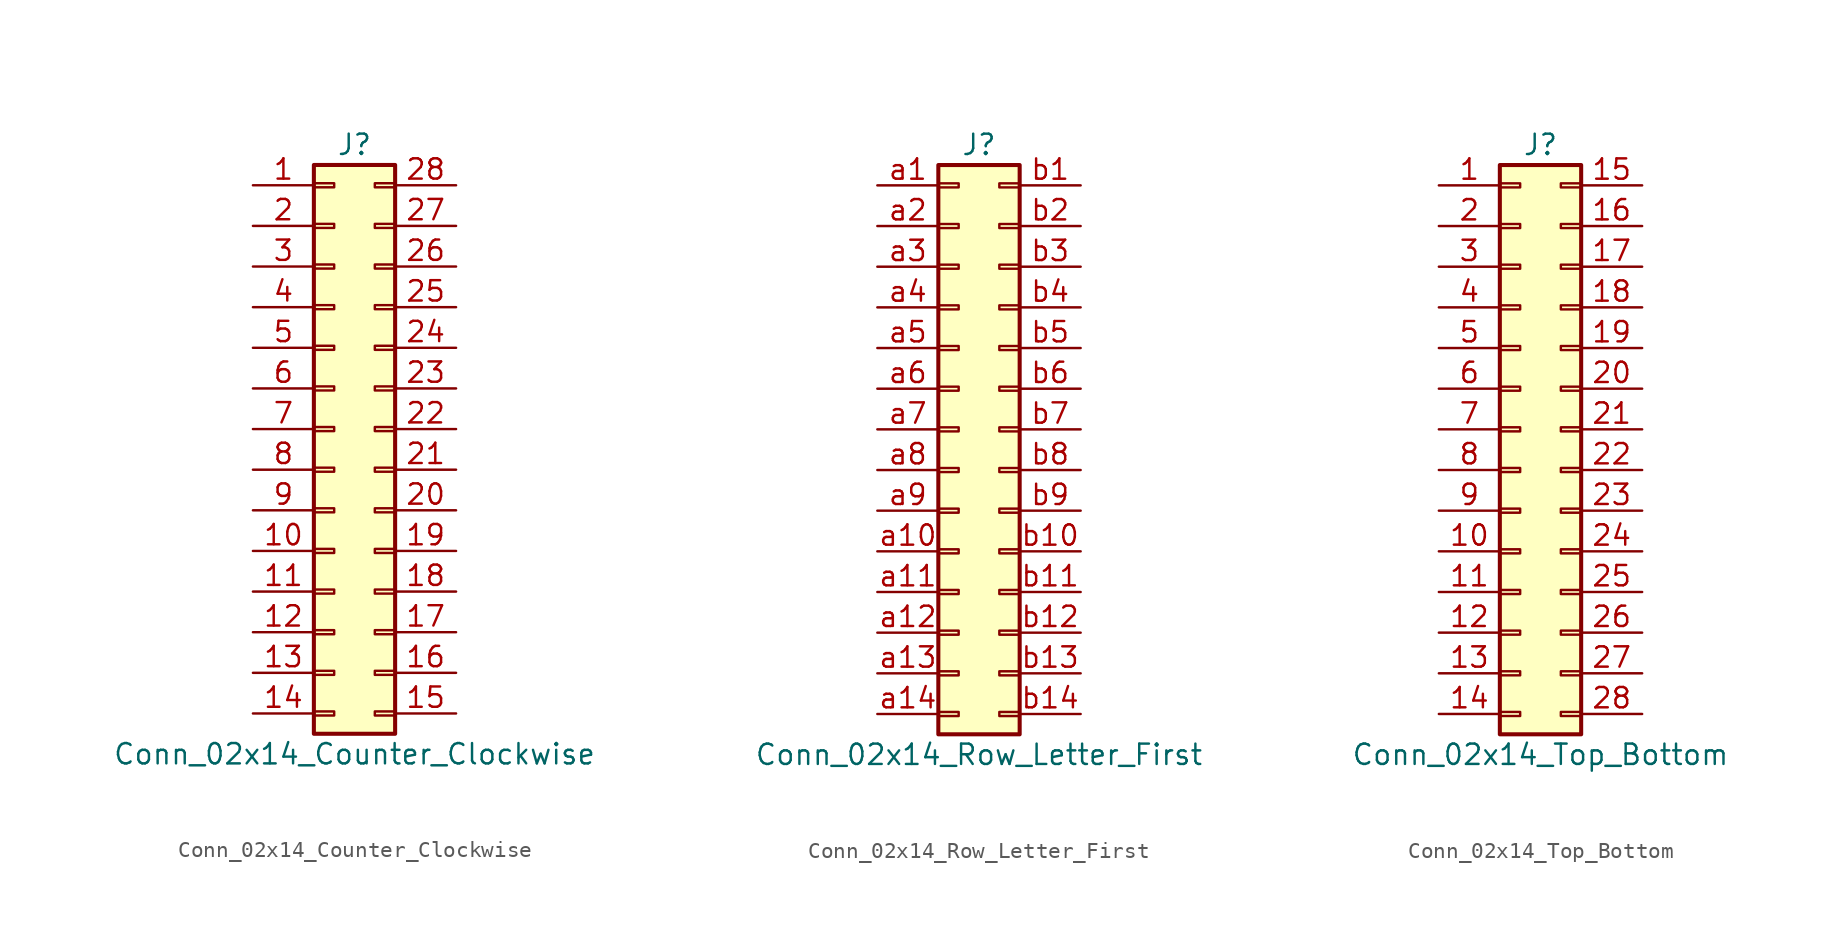
<source format=kicad_sym>
(kicad_symbol_lib
  (version 20211014)
  (generator kicad_symbol_editor)
  (symbol "Conn_02x14_Counter_Clockwise"
    (pin_names
      (offset 1.016) hide)
    (property "Reference" "J"
      (at 1.27 17.78 0)
      (effects (font (size 1.27 1.27))))
    (property "Value" "Conn_02x14_Counter_Clockwise"
      (at 1.27 -20.32 0)
      (effects (font (size 1.27 1.27))))
    (symbol "Conn_02x14_Counter_Clockwise_1_1"
      (rectangle (start -1.27 -17.653) (end 0 -17.907) (stroke (width 0.152) (type default) (color 0 0 0 0)) (fill (type none)))
      (rectangle (start -1.27 -15.113) (end 0 -15.367) (stroke (width 0.152) (type default) (color 0 0 0 0)) (fill (type none)))
      (rectangle (start -1.27 -12.573) (end 0 -12.827) (stroke (width 0.152) (type default) (color 0 0 0 0)) (fill (type none)))
      (rectangle (start -1.27 -10.033) (end 0 -10.287) (stroke (width 0.152) (type default) (color 0 0 0 0)) (fill (type none)))
      (rectangle (start -1.27 -7.493) (end 0 -7.747) (stroke (width 0.152) (type default) (color 0 0 0 0)) (fill (type none)))
      (rectangle (start -1.27 -4.953) (end 0 -5.207) (stroke (width 0.152) (type default) (color 0 0 0 0)) (fill (type none)))
      (rectangle (start -1.27 -2.413) (end 0 -2.667) (stroke (width 0.152) (type default) (color 0 0 0 0)) (fill (type none)))
      (rectangle (start -1.27 0.127) (end 0 -0.127) (stroke (width 0.152) (type default) (color 0 0 0 0)) (fill (type none)))
      (rectangle (start -1.27 2.667) (end 0 2.413) (stroke (width 0.152) (type default) (color 0 0 0 0)) (fill (type none)))
      (rectangle (start -1.27 5.207) (end 0 4.953) (stroke (width 0.152) (type default) (color 0 0 0 0)) (fill (type none)))
      (rectangle (start -1.27 7.747) (end 0 7.493) (stroke (width 0.152) (type default) (color 0 0 0 0)) (fill (type none)))
      (rectangle (start -1.27 10.287) (end 0 10.033) (stroke (width 0.152) (type default) (color 0 0 0 0)) (fill (type none)))
      (rectangle (start -1.27 12.827) (end 0 12.573) (stroke (width 0.152) (type default) (color 0 0 0 0)) (fill (type none)))
      (rectangle (start -1.27 15.367) (end 0 15.113) (stroke (width 0.152) (type default) (color 0 0 0 0)) (fill (type none)))
      (rectangle (start -1.27 16.51) (end 3.81 -19.05) (stroke (width 0.254) (type default) (color 0 0 0 0)) (fill (type background)))
      (rectangle (start 3.81 -17.653) (end 2.54 -17.907) (stroke (width 0.152) (type default) (color 0 0 0 0)) (fill (type none)))
      (rectangle (start 3.81 -15.113) (end 2.54 -15.367) (stroke (width 0.152) (type default) (color 0 0 0 0)) (fill (type none)))
      (rectangle (start 3.81 -12.573) (end 2.54 -12.827) (stroke (width 0.152) (type default) (color 0 0 0 0)) (fill (type none)))
      (rectangle (start 3.81 -10.033) (end 2.54 -10.287) (stroke (width 0.152) (type default) (color 0 0 0 0)) (fill (type none)))
      (rectangle (start 3.81 -7.493) (end 2.54 -7.747) (stroke (width 0.152) (type default) (color 0 0 0 0)) (fill (type none)))
      (rectangle (start 3.81 -4.953) (end 2.54 -5.207) (stroke (width 0.152) (type default) (color 0 0 0 0)) (fill (type none)))
      (rectangle (start 3.81 -2.413) (end 2.54 -2.667) (stroke (width 0.152) (type default) (color 0 0 0 0)) (fill (type none)))
      (rectangle (start 3.81 0.127) (end 2.54 -0.127) (stroke (width 0.152) (type default) (color 0 0 0 0)) (fill (type none)))
      (rectangle (start 3.81 2.667) (end 2.54 2.413) (stroke (width 0.152) (type default) (color 0 0 0 0)) (fill (type none)))
      (rectangle (start 3.81 5.207) (end 2.54 4.953) (stroke (width 0.152) (type default) (color 0 0 0 0)) (fill (type none)))
      (rectangle (start 3.81 7.747) (end 2.54 7.493) (stroke (width 0.152) (type default) (color 0 0 0 0)) (fill (type none)))
      (rectangle (start 3.81 10.287) (end 2.54 10.033) (stroke (width 0.152) (type default) (color 0 0 0 0)) (fill (type none)))
      (rectangle (start 3.81 12.827) (end 2.54 12.573) (stroke (width 0.152) (type default) (color 0 0 0 0)) (fill (type none)))
      (rectangle (start 3.81 15.367) (end 2.54 15.113) (stroke (width 0.152) (type default) (color 0 0 0 0)) (fill (type none)))
      (pin passive line (at -5.08 15.24 0) (length 3.81) (name "Pin_1" (effects (font (size 1.27 1.27)))) (number "1" (effects (font (size 1.27 1.27)))))
      (pin passive line (at -5.08 -7.62 0) (length 3.81) (name "Pin_10" (effects (font (size 1.27 1.27)))) (number "10" (effects (font (size 1.27 1.27)))))
      (pin passive line (at -5.08 -10.16 0) (length 3.81) (name "Pin_11" (effects (font (size 1.27 1.27)))) (number "11" (effects (font (size 1.27 1.27)))))
      (pin passive line (at -5.08 -12.7 0) (length 3.81) (name "Pin_12" (effects (font (size 1.27 1.27)))) (number "12" (effects (font (size 1.27 1.27)))))
      (pin passive line (at -5.08 -15.24 0) (length 3.81) (name "Pin_13" (effects (font (size 1.27 1.27)))) (number "13" (effects (font (size 1.27 1.27)))))
      (pin passive line (at -5.08 -17.78 0) (length 3.81) (name "Pin_14" (effects (font (size 1.27 1.27)))) (number "14" (effects (font (size 1.27 1.27)))))
      (pin passive line (at 7.62 -17.78 180) (length 3.81) (name "Pin_15" (effects (font (size 1.27 1.27)))) (number "15" (effects (font (size 1.27 1.27)))))
      (pin passive line (at 7.62 -15.24 180) (length 3.81) (name "Pin_16" (effects (font (size 1.27 1.27)))) (number "16" (effects (font (size 1.27 1.27)))))
      (pin passive line (at 7.62 -12.7 180) (length 3.81) (name "Pin_17" (effects (font (size 1.27 1.27)))) (number "17" (effects (font (size 1.27 1.27)))))
      (pin passive line (at 7.62 -10.16 180) (length 3.81) (name "Pin_18" (effects (font (size 1.27 1.27)))) (number "18" (effects (font (size 1.27 1.27)))))
      (pin passive line (at 7.62 -7.62 180) (length 3.81) (name "Pin_19" (effects (font (size 1.27 1.27)))) (number "19" (effects (font (size 1.27 1.27)))))
      (pin passive line (at -5.08 12.7 0) (length 3.81) (name "Pin_2" (effects (font (size 1.27 1.27)))) (number "2" (effects (font (size 1.27 1.27)))))
      (pin passive line (at 7.62 -5.08 180) (length 3.81) (name "Pin_20" (effects (font (size 1.27 1.27)))) (number "20" (effects (font (size 1.27 1.27)))))
      (pin passive line (at 7.62 -2.54 180) (length 3.81) (name "Pin_21" (effects (font (size 1.27 1.27)))) (number "21" (effects (font (size 1.27 1.27)))))
      (pin passive line (at 7.62 0 180) (length 3.81) (name "Pin_22" (effects (font (size 1.27 1.27)))) (number "22" (effects (font (size 1.27 1.27)))))
      (pin passive line (at 7.62 2.54 180) (length 3.81) (name "Pin_23" (effects (font (size 1.27 1.27)))) (number "23" (effects (font (size 1.27 1.27)))))
      (pin passive line (at 7.62 5.08 180) (length 3.81) (name "Pin_24" (effects (font (size 1.27 1.27)))) (number "24" (effects (font (size 1.27 1.27)))))
      (pin passive line (at 7.62 7.62 180) (length 3.81) (name "Pin_25" (effects (font (size 1.27 1.27)))) (number "25" (effects (font (size 1.27 1.27)))))
      (pin passive line (at 7.62 10.16 180) (length 3.81) (name "Pin_26" (effects (font (size 1.27 1.27)))) (number "26" (effects (font (size 1.27 1.27)))))
      (pin passive line (at 7.62 12.7 180) (length 3.81) (name "Pin_27" (effects (font (size 1.27 1.27)))) (number "27" (effects (font (size 1.27 1.27)))))
      (pin passive line (at 7.62 15.24 180) (length 3.81) (name "Pin_28" (effects (font (size 1.27 1.27)))) (number "28" (effects (font (size 1.27 1.27)))))
      (pin passive line (at -5.08 10.16 0) (length 3.81) (name "Pin_3" (effects (font (size 1.27 1.27)))) (number "3" (effects (font (size 1.27 1.27)))))
      (pin passive line (at -5.08 7.62 0) (length 3.81) (name "Pin_4" (effects (font (size 1.27 1.27)))) (number "4" (effects (font (size 1.27 1.27)))))
      (pin passive line (at -5.08 5.08 0) (length 3.81) (name "Pin_5" (effects (font (size 1.27 1.27)))) (number "5" (effects (font (size 1.27 1.27)))))
      (pin passive line (at -5.08 2.54 0) (length 3.81) (name "Pin_6" (effects (font (size 1.27 1.27)))) (number "6" (effects (font (size 1.27 1.27)))))
      (pin passive line (at -5.08 0 0) (length 3.81) (name "Pin_7" (effects (font (size 1.27 1.27)))) (number "7" (effects (font (size 1.27 1.27)))))
      (pin passive line (at -5.08 -2.54 0) (length 3.81) (name "Pin_8" (effects (font (size 1.27 1.27)))) (number "8" (effects (font (size 1.27 1.27)))))
      (pin passive line (at -5.08 -5.08 0) (length 3.81) (name "Pin_9" (effects (font (size 1.27 1.27)))) (number "9" (effects (font (size 1.27 1.27)))))))
  (symbol "Conn_02x14_Row_Letter_First"
    (pin_names
      (offset 1.016) hide)
    (property "Reference" "J"
      (at 1.27 17.78 0)
      (effects (font (size 1.27 1.27))))
    (property "Value" "Conn_02x14_Row_Letter_First"
      (at 1.27 -20.32 0)
      (effects (font (size 1.27 1.27))))
    (symbol "Conn_02x14_Row_Letter_First_1_1"
      (rectangle (start -1.27 -17.653) (end 0 -17.907) (stroke (width 0.152) (type default) (color 0 0 0 0)) (fill (type none)))
      (rectangle (start -1.27 -15.113) (end 0 -15.367) (stroke (width 0.152) (type default) (color 0 0 0 0)) (fill (type none)))
      (rectangle (start -1.27 -12.573) (end 0 -12.827) (stroke (width 0.152) (type default) (color 0 0 0 0)) (fill (type none)))
      (rectangle (start -1.27 -10.033) (end 0 -10.287) (stroke (width 0.152) (type default) (color 0 0 0 0)) (fill (type none)))
      (rectangle (start -1.27 -7.493) (end 0 -7.747) (stroke (width 0.152) (type default) (color 0 0 0 0)) (fill (type none)))
      (rectangle (start -1.27 -4.953) (end 0 -5.207) (stroke (width 0.152) (type default) (color 0 0 0 0)) (fill (type none)))
      (rectangle (start -1.27 -2.413) (end 0 -2.667) (stroke (width 0.152) (type default) (color 0 0 0 0)) (fill (type none)))
      (rectangle (start -1.27 0.127) (end 0 -0.127) (stroke (width 0.152) (type default) (color 0 0 0 0)) (fill (type none)))
      (rectangle (start -1.27 2.667) (end 0 2.413) (stroke (width 0.152) (type default) (color 0 0 0 0)) (fill (type none)))
      (rectangle (start -1.27 5.207) (end 0 4.953) (stroke (width 0.152) (type default) (color 0 0 0 0)) (fill (type none)))
      (rectangle (start -1.27 7.747) (end 0 7.493) (stroke (width 0.152) (type default) (color 0 0 0 0)) (fill (type none)))
      (rectangle (start -1.27 10.287) (end 0 10.033) (stroke (width 0.152) (type default) (color 0 0 0 0)) (fill (type none)))
      (rectangle (start -1.27 12.827) (end 0 12.573) (stroke (width 0.152) (type default) (color 0 0 0 0)) (fill (type none)))
      (rectangle (start -1.27 15.367) (end 0 15.113) (stroke (width 0.152) (type default) (color 0 0 0 0)) (fill (type none)))
      (rectangle (start -1.27 16.51) (end 3.81 -19.05) (stroke (width 0.254) (type default) (color 0 0 0 0)) (fill (type background)))
      (rectangle (start 3.81 -17.653) (end 2.54 -17.907) (stroke (width 0.152) (type default) (color 0 0 0 0)) (fill (type none)))
      (rectangle (start 3.81 -15.113) (end 2.54 -15.367) (stroke (width 0.152) (type default) (color 0 0 0 0)) (fill (type none)))
      (rectangle (start 3.81 -12.573) (end 2.54 -12.827) (stroke (width 0.152) (type default) (color 0 0 0 0)) (fill (type none)))
      (rectangle (start 3.81 -10.033) (end 2.54 -10.287) (stroke (width 0.152) (type default) (color 0 0 0 0)) (fill (type none)))
      (rectangle (start 3.81 -7.493) (end 2.54 -7.747) (stroke (width 0.152) (type default) (color 0 0 0 0)) (fill (type none)))
      (rectangle (start 3.81 -4.953) (end 2.54 -5.207) (stroke (width 0.152) (type default) (color 0 0 0 0)) (fill (type none)))
      (rectangle (start 3.81 -2.413) (end 2.54 -2.667) (stroke (width 0.152) (type default) (color 0 0 0 0)) (fill (type none)))
      (rectangle (start 3.81 0.127) (end 2.54 -0.127) (stroke (width 0.152) (type default) (color 0 0 0 0)) (fill (type none)))
      (rectangle (start 3.81 2.667) (end 2.54 2.413) (stroke (width 0.152) (type default) (color 0 0 0 0)) (fill (type none)))
      (rectangle (start 3.81 5.207) (end 2.54 4.953) (stroke (width 0.152) (type default) (color 0 0 0 0)) (fill (type none)))
      (rectangle (start 3.81 7.747) (end 2.54 7.493) (stroke (width 0.152) (type default) (color 0 0 0 0)) (fill (type none)))
      (rectangle (start 3.81 10.287) (end 2.54 10.033) (stroke (width 0.152) (type default) (color 0 0 0 0)) (fill (type none)))
      (rectangle (start 3.81 12.827) (end 2.54 12.573) (stroke (width 0.152) (type default) (color 0 0 0 0)) (fill (type none)))
      (rectangle (start 3.81 15.367) (end 2.54 15.113) (stroke (width 0.152) (type default) (color 0 0 0 0)) (fill (type none)))
      (pin passive line (at -5.08 15.24 0) (length 3.81) (name "Pin_a1" (effects (font (size 1.27 1.27)))) (number "a1" (effects (font (size 1.27 1.27)))))
      (pin passive line (at -5.08 -7.62 0) (length 3.81) (name "Pin_a10" (effects (font (size 1.27 1.27)))) (number "a10" (effects (font (size 1.27 1.27)))))
      (pin passive line (at -5.08 -10.16 0) (length 3.81) (name "Pin_a11" (effects (font (size 1.27 1.27)))) (number "a11" (effects (font (size 1.27 1.27)))))
      (pin passive line (at -5.08 -12.7 0) (length 3.81) (name "Pin_a12" (effects (font (size 1.27 1.27)))) (number "a12" (effects (font (size 1.27 1.27)))))
      (pin passive line (at -5.08 -15.24 0) (length 3.81) (name "Pin_a13" (effects (font (size 1.27 1.27)))) (number "a13" (effects (font (size 1.27 1.27)))))
      (pin passive line (at -5.08 -17.78 0) (length 3.81) (name "Pin_a14" (effects (font (size 1.27 1.27)))) (number "a14" (effects (font (size 1.27 1.27)))))
      (pin passive line (at -5.08 12.7 0) (length 3.81) (name "Pin_a2" (effects (font (size 1.27 1.27)))) (number "a2" (effects (font (size 1.27 1.27)))))
      (pin passive line (at -5.08 10.16 0) (length 3.81) (name "Pin_a3" (effects (font (size 1.27 1.27)))) (number "a3" (effects (font (size 1.27 1.27)))))
      (pin passive line (at -5.08 7.62 0) (length 3.81) (name "Pin_a4" (effects (font (size 1.27 1.27)))) (number "a4" (effects (font (size 1.27 1.27)))))
      (pin passive line (at -5.08 5.08 0) (length 3.81) (name "Pin_a5" (effects (font (size 1.27 1.27)))) (number "a5" (effects (font (size 1.27 1.27)))))
      (pin passive line (at -5.08 2.54 0) (length 3.81) (name "Pin_a6" (effects (font (size 1.27 1.27)))) (number "a6" (effects (font (size 1.27 1.27)))))
      (pin passive line (at -5.08 0 0) (length 3.81) (name "Pin_a7" (effects (font (size 1.27 1.27)))) (number "a7" (effects (font (size 1.27 1.27)))))
      (pin passive line (at -5.08 -2.54 0) (length 3.81) (name "Pin_a8" (effects (font (size 1.27 1.27)))) (number "a8" (effects (font (size 1.27 1.27)))))
      (pin passive line (at -5.08 -5.08 0) (length 3.81) (name "Pin_a9" (effects (font (size 1.27 1.27)))) (number "a9" (effects (font (size 1.27 1.27)))))
      (pin passive line (at 7.62 15.24 180) (length 3.81) (name "Pin_b1" (effects (font (size 1.27 1.27)))) (number "b1" (effects (font (size 1.27 1.27)))))
      (pin passive line (at 7.62 -7.62 180) (length 3.81) (name "Pin_b10" (effects (font (size 1.27 1.27)))) (number "b10" (effects (font (size 1.27 1.27)))))
      (pin passive line (at 7.62 -10.16 180) (length 3.81) (name "Pin_b11" (effects (font (size 1.27 1.27)))) (number "b11" (effects (font (size 1.27 1.27)))))
      (pin passive line (at 7.62 -12.7 180) (length 3.81) (name "Pin_b12" (effects (font (size 1.27 1.27)))) (number "b12" (effects (font (size 1.27 1.27)))))
      (pin passive line (at 7.62 -15.24 180) (length 3.81) (name "Pin_b13" (effects (font (size 1.27 1.27)))) (number "b13" (effects (font (size 1.27 1.27)))))
      (pin passive line (at 7.62 -17.78 180) (length 3.81) (name "Pin_b14" (effects (font (size 1.27 1.27)))) (number "b14" (effects (font (size 1.27 1.27)))))
      (pin passive line (at 7.62 12.7 180) (length 3.81) (name "Pin_b2" (effects (font (size 1.27 1.27)))) (number "b2" (effects (font (size 1.27 1.27)))))
      (pin passive line (at 7.62 10.16 180) (length 3.81) (name "Pin_b3" (effects (font (size 1.27 1.27)))) (number "b3" (effects (font (size 1.27 1.27)))))
      (pin passive line (at 7.62 7.62 180) (length 3.81) (name "Pin_b4" (effects (font (size 1.27 1.27)))) (number "b4" (effects (font (size 1.27 1.27)))))
      (pin passive line (at 7.62 5.08 180) (length 3.81) (name "Pin_b5" (effects (font (size 1.27 1.27)))) (number "b5" (effects (font (size 1.27 1.27)))))
      (pin passive line (at 7.62 2.54 180) (length 3.81) (name "Pin_b6" (effects (font (size 1.27 1.27)))) (number "b6" (effects (font (size 1.27 1.27)))))
      (pin passive line (at 7.62 0 180) (length 3.81) (name "Pin_b7" (effects (font (size 1.27 1.27)))) (number "b7" (effects (font (size 1.27 1.27)))))
      (pin passive line (at 7.62 -2.54 180) (length 3.81) (name "Pin_b8" (effects (font (size 1.27 1.27)))) (number "b8" (effects (font (size 1.27 1.27)))))
      (pin passive line (at 7.62 -5.08 180) (length 3.81) (name "Pin_b9" (effects (font (size 1.27 1.27)))) (number "b9" (effects (font (size 1.27 1.27)))))))
  (symbol "Conn_02x14_Top_Bottom"
    (pin_names
      (offset 1.016) hide)
    (property "Reference" "J"
      (at 1.27 17.78 0)
      (effects (font (size 1.27 1.27))))
    (property "Value" "Conn_02x14_Top_Bottom"
      (at 1.27 -20.32 0)
      (effects (font (size 1.27 1.27))))
    (symbol "Conn_02x14_Top_Bottom_1_1"
      (rectangle (start -1.27 -17.653) (end 0 -17.907) (stroke (width 0.152) (type default) (color 0 0 0 0)) (fill (type none)))
      (rectangle (start -1.27 -15.113) (end 0 -15.367) (stroke (width 0.152) (type default) (color 0 0 0 0)) (fill (type none)))
      (rectangle (start -1.27 -12.573) (end 0 -12.827) (stroke (width 0.152) (type default) (color 0 0 0 0)) (fill (type none)))
      (rectangle (start -1.27 -10.033) (end 0 -10.287) (stroke (width 0.152) (type default) (color 0 0 0 0)) (fill (type none)))
      (rectangle (start -1.27 -7.493) (end 0 -7.747) (stroke (width 0.152) (type default) (color 0 0 0 0)) (fill (type none)))
      (rectangle (start -1.27 -4.953) (end 0 -5.207) (stroke (width 0.152) (type default) (color 0 0 0 0)) (fill (type none)))
      (rectangle (start -1.27 -2.413) (end 0 -2.667) (stroke (width 0.152) (type default) (color 0 0 0 0)) (fill (type none)))
      (rectangle (start -1.27 0.127) (end 0 -0.127) (stroke (width 0.152) (type default) (color 0 0 0 0)) (fill (type none)))
      (rectangle (start -1.27 2.667) (end 0 2.413) (stroke (width 0.152) (type default) (color 0 0 0 0)) (fill (type none)))
      (rectangle (start -1.27 5.207) (end 0 4.953) (stroke (width 0.152) (type default) (color 0 0 0 0)) (fill (type none)))
      (rectangle (start -1.27 7.747) (end 0 7.493) (stroke (width 0.152) (type default) (color 0 0 0 0)) (fill (type none)))
      (rectangle (start -1.27 10.287) (end 0 10.033) (stroke (width 0.152) (type default) (color 0 0 0 0)) (fill (type none)))
      (rectangle (start -1.27 12.827) (end 0 12.573) (stroke (width 0.152) (type default) (color 0 0 0 0)) (fill (type none)))
      (rectangle (start -1.27 15.367) (end 0 15.113) (stroke (width 0.152) (type default) (color 0 0 0 0)) (fill (type none)))
      (rectangle (start -1.27 16.51) (end 3.81 -19.05) (stroke (width 0.254) (type default) (color 0 0 0 0)) (fill (type background)))
      (rectangle (start 3.81 -17.653) (end 2.54 -17.907) (stroke (width 0.152) (type default) (color 0 0 0 0)) (fill (type none)))
      (rectangle (start 3.81 -15.113) (end 2.54 -15.367) (stroke (width 0.152) (type default) (color 0 0 0 0)) (fill (type none)))
      (rectangle (start 3.81 -12.573) (end 2.54 -12.827) (stroke (width 0.152) (type default) (color 0 0 0 0)) (fill (type none)))
      (rectangle (start 3.81 -10.033) (end 2.54 -10.287) (stroke (width 0.152) (type default) (color 0 0 0 0)) (fill (type none)))
      (rectangle (start 3.81 -7.493) (end 2.54 -7.747) (stroke (width 0.152) (type default) (color 0 0 0 0)) (fill (type none)))
      (rectangle (start 3.81 -4.953) (end 2.54 -5.207) (stroke (width 0.152) (type default) (color 0 0 0 0)) (fill (type none)))
      (rectangle (start 3.81 -2.413) (end 2.54 -2.667) (stroke (width 0.152) (type default) (color 0 0 0 0)) (fill (type none)))
      (rectangle (start 3.81 0.127) (end 2.54 -0.127) (stroke (width 0.152) (type default) (color 0 0 0 0)) (fill (type none)))
      (rectangle (start 3.81 2.667) (end 2.54 2.413) (stroke (width 0.152) (type default) (color 0 0 0 0)) (fill (type none)))
      (rectangle (start 3.81 5.207) (end 2.54 4.953) (stroke (width 0.152) (type default) (color 0 0 0 0)) (fill (type none)))
      (rectangle (start 3.81 7.747) (end 2.54 7.493) (stroke (width 0.152) (type default) (color 0 0 0 0)) (fill (type none)))
      (rectangle (start 3.81 10.287) (end 2.54 10.033) (stroke (width 0.152) (type default) (color 0 0 0 0)) (fill (type none)))
      (rectangle (start 3.81 12.827) (end 2.54 12.573) (stroke (width 0.152) (type default) (color 0 0 0 0)) (fill (type none)))
      (rectangle (start 3.81 15.367) (end 2.54 15.113) (stroke (width 0.152) (type default) (color 0 0 0 0)) (fill (type none)))
      (pin passive line (at -5.08 15.24 0) (length 3.81) (name "Pin_1" (effects (font (size 1.27 1.27)))) (number "1" (effects (font (size 1.27 1.27)))))
      (pin passive line (at -5.08 -7.62 0) (length 3.81) (name "Pin_10" (effects (font (size 1.27 1.27)))) (number "10" (effects (font (size 1.27 1.27)))))
      (pin passive line (at -5.08 -10.16 0) (length 3.81) (name "Pin_11" (effects (font (size 1.27 1.27)))) (number "11" (effects (font (size 1.27 1.27)))))
      (pin passive line (at -5.08 -12.7 0) (length 3.81) (name "Pin_12" (effects (font (size 1.27 1.27)))) (number "12" (effects (font (size 1.27 1.27)))))
      (pin passive line (at -5.08 -15.24 0) (length 3.81) (name "Pin_13" (effects (font (size 1.27 1.27)))) (number "13" (effects (font (size 1.27 1.27)))))
      (pin passive line (at -5.08 -17.78 0) (length 3.81) (name "Pin_14" (effects (font (size 1.27 1.27)))) (number "14" (effects (font (size 1.27 1.27)))))
      (pin passive line (at 7.62 15.24 180) (length 3.81) (name "Pin_15" (effects (font (size 1.27 1.27)))) (number "15" (effects (font (size 1.27 1.27)))))
      (pin passive line (at 7.62 12.7 180) (length 3.81) (name "Pin_16" (effects (font (size 1.27 1.27)))) (number "16" (effects (font (size 1.27 1.27)))))
      (pin passive line (at 7.62 10.16 180) (length 3.81) (name "Pin_17" (effects (font (size 1.27 1.27)))) (number "17" (effects (font (size 1.27 1.27)))))
      (pin passive line (at 7.62 7.62 180) (length 3.81) (name "Pin_18" (effects (font (size 1.27 1.27)))) (number "18" (effects (font (size 1.27 1.27)))))
      (pin passive line (at 7.62 5.08 180) (length 3.81) (name "Pin_19" (effects (font (size 1.27 1.27)))) (number "19" (effects (font (size 1.27 1.27)))))
      (pin passive line (at -5.08 12.7 0) (length 3.81) (name "Pin_2" (effects (font (size 1.27 1.27)))) (number "2" (effects (font (size 1.27 1.27)))))
      (pin passive line (at 7.62 2.54 180) (length 3.81) (name "Pin_20" (effects (font (size 1.27 1.27)))) (number "20" (effects (font (size 1.27 1.27)))))
      (pin passive line (at 7.62 0 180) (length 3.81) (name "Pin_21" (effects (font (size 1.27 1.27)))) (number "21" (effects (font (size 1.27 1.27)))))
      (pin passive line (at 7.62 -2.54 180) (length 3.81) (name "Pin_22" (effects (font (size 1.27 1.27)))) (number "22" (effects (font (size 1.27 1.27)))))
      (pin passive line (at 7.62 -5.08 180) (length 3.81) (name "Pin_23" (effects (font (size 1.27 1.27)))) (number "23" (effects (font (size 1.27 1.27)))))
      (pin passive line (at 7.62 -7.62 180) (length 3.81) (name "Pin_24" (effects (font (size 1.27 1.27)))) (number "24" (effects (font (size 1.27 1.27)))))
      (pin passive line (at 7.62 -10.16 180) (length 3.81) (name "Pin_25" (effects (font (size 1.27 1.27)))) (number "25" (effects (font (size 1.27 1.27)))))
      (pin passive line (at 7.62 -12.7 180) (length 3.81) (name "Pin_26" (effects (font (size 1.27 1.27)))) (number "26" (effects (font (size 1.27 1.27)))))
      (pin passive line (at 7.62 -15.24 180) (length 3.81) (name "Pin_27" (effects (font (size 1.27 1.27)))) (number "27" (effects (font (size 1.27 1.27)))))
      (pin passive line (at 7.62 -17.78 180) (length 3.81) (name "Pin_28" (effects (font (size 1.27 1.27)))) (number "28" (effects (font (size 1.27 1.27)))))
      (pin passive line (at -5.08 10.16 0) (length 3.81) (name "Pin_3" (effects (font (size 1.27 1.27)))) (number "3" (effects (font (size 1.27 1.27)))))
      (pin passive line (at -5.08 7.62 0) (length 3.81) (name "Pin_4" (effects (font (size 1.27 1.27)))) (number "4" (effects (font (size 1.27 1.27)))))
      (pin passive line (at -5.08 5.08 0) (length 3.81) (name "Pin_5" (effects (font (size 1.27 1.27)))) (number "5" (effects (font (size 1.27 1.27)))))
      (pin passive line (at -5.08 2.54 0) (length 3.81) (name "Pin_6" (effects (font (size 1.27 1.27)))) (number "6" (effects (font (size 1.27 1.27)))))
      (pin passive line (at -5.08 0 0) (length 3.81) (name "Pin_7" (effects (font (size 1.27 1.27)))) (number "7" (effects (font (size 1.27 1.27)))))
      (pin passive line (at -5.08 -2.54 0) (length 3.81) (name "Pin_8" (effects (font (size 1.27 1.27)))) (number "8" (effects (font (size 1.27 1.27)))))
      (pin passive line (at -5.08 -5.08 0) (length 3.81) (name "Pin_9" (effects (font (size 1.27 1.27)))) (number "9" (effects (font (size 1.27 1.27))))))))
</source>
